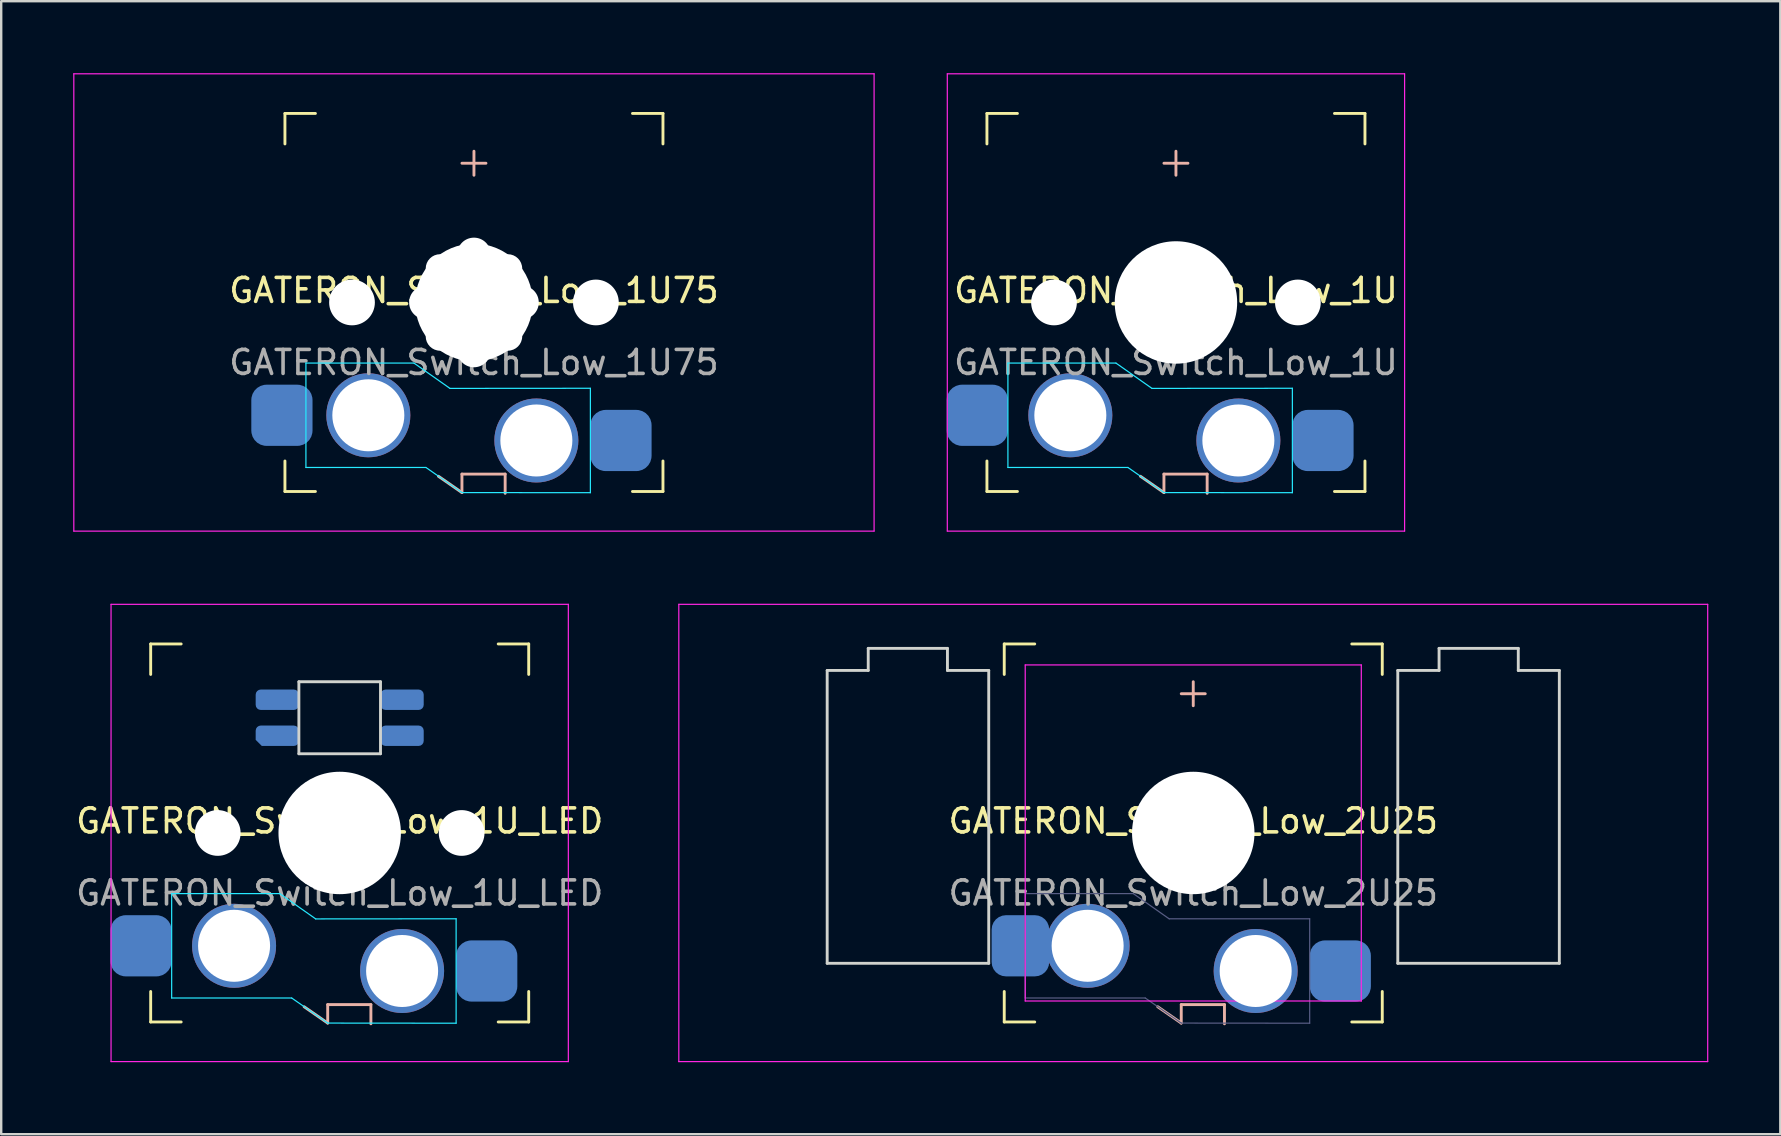
<source format=kicad_pcb>
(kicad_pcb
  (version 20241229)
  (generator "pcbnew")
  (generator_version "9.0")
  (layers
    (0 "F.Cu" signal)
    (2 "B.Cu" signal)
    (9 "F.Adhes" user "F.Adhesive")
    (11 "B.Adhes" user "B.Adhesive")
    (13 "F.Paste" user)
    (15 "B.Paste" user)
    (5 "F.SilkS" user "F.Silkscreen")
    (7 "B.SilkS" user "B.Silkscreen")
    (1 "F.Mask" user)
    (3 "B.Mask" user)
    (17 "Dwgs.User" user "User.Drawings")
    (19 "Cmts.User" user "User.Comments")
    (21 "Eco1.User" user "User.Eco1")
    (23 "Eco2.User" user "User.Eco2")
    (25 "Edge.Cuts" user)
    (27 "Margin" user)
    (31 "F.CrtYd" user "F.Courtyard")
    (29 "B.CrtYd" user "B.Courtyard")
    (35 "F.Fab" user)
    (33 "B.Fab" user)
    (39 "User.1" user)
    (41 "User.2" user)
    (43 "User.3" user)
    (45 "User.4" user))
  (footprint "GATERON_Switch_Low_1U_LED"
    (layer "F.Cu")
    (at 11.101 31.65)
    (property "Reference" "GATERON_Switch_Low_1U_LED" (at 0 -0.5 0) (unlocked yes) (layer "F.SilkS") (effects (font (size 1 1) (thickness 0.15))))
    (attr smd)
    (fp_line (start -7.874 -7.874) (end -6.604 -7.874) (stroke (width 0.12) (type default)) (layer "F.SilkS"))
    (fp_line (start -7.874 -6.604) (end -7.874 -7.874) (stroke (width 0.12) (type default)) (layer "F.SilkS"))
    (fp_line (start -7.874 6.604) (end -7.874 7.874) (stroke (width 0.12) (type default)) (layer "F.SilkS"))
    (fp_line (start -7.874 7.874) (end -6.604 7.874) (stroke (width 0.12) (type default)) (layer "F.SilkS"))
    (fp_line (start 7.874 -7.874) (end 6.604 -7.874) (stroke (width 0.12) (type default)) (layer "F.SilkS"))
    (fp_line (start 7.874 -6.604) (end 7.874 -7.874) (stroke (width 0.12) (type default)) (layer "F.SilkS"))
    (fp_line (start 7.874 6.604) (end 7.874 7.874) (stroke (width 0.12) (type default)) (layer "F.SilkS"))
    (fp_line (start 7.874 7.874) (end 6.604 7.874) (stroke (width 0.12) (type default)) (layer "F.SilkS"))
    (fp_line (start -1.48 7.24) (end -0.5 7.92) (stroke (width 0.12) (type default)) (layer "B.SilkS"))
    (fp_line (start -0.5 7.15) (end 1.3 7.15) (stroke (width 0.12) (type default)) (layer "B.SilkS"))
    (fp_line (start -0.5 7.92) (end -0.5 7.15) (stroke (width 0.12) (type default)) (layer "B.SilkS"))
    (fp_line (start 1.3 7.15) (end 1.3 7.95) (stroke (width 0.12) (type default)) (layer "B.SilkS"))
    (fp_line (start -1.7 -6.3) (end -1.7 -3.3) (stroke (width 0.12) (type default)) (layer "Edge.Cuts"))
    (fp_line (start -1.7 -6.3) (end 1.7 -6.3) (stroke (width 0.12) (type default)) (layer "Edge.Cuts"))
    (fp_line (start -1.7 -3.3) (end 1.7 -3.3) (stroke (width 0.12) (type default)) (layer "Edge.Cuts"))
    (fp_line (start 1.7 -6.3) (end 1.7 -3.3) (stroke (width 0.12) (type default)) (layer "Edge.Cuts"))
    (fp_line (start -7 2.525) (end -7 6.875) (stroke (width 0.05) (type default)) (layer "B.CrtYd"))
    (fp_line (start -7 2.525) (end -2.5 2.525) (stroke (width 0.05) (type default)) (layer "B.CrtYd"))
    (fp_line (start -7 6.875) (end -2 6.875) (stroke (width 0.05) (type default)) (layer "B.CrtYd"))
    (fp_line (start -2.5 2.525) (end -1 3.58) (stroke (width 0.05) (type default)) (layer "B.CrtYd"))
    (fp_line (start -2 6.875) (end -0.5 7.92) (stroke (width 0.05) (type default)) (layer "B.CrtYd"))
    (fp_line (start -1 3.58) (end 4.85 3.575) (stroke (width 0.05) (type default)) (layer "B.CrtYd"))
    (fp_line (start 4.85 3.575) (end 4.85 7.925) (stroke (width 0.05) (type default)) (layer "B.CrtYd"))
    (fp_line (start 4.85 7.925) (end -0.5 7.92) (stroke (width 0.05) (type default)) (layer "B.CrtYd"))
    (fp_line (start -9.525 -9.525) (end -9.525 9.525) (stroke (width 0.05) (type default)) (layer "F.CrtYd"))
    (fp_line (start -9.525 -9.525) (end 9.525 -9.525) (stroke (width 0.05) (type default)) (layer "F.CrtYd"))
    (fp_line (start -9.525 9.525) (end 9.525 9.525) (stroke (width 0.05) (type default)) (layer "F.CrtYd"))
    (fp_line (start 9.525 -9.525) (end 9.525 9.525) (stroke (width 0.05) (type default)) (layer "F.CrtYd"))
    (fp_text user "${REFERENCE}" (at 0 2.5 0) (unlocked yes) (layer "F.Fab") (effects (font (size 1 1) (thickness 0.15))))
    (pad "" np_thru_hole circle (at -5.08 0) (size 1.905 1.905) (drill 1.905) (layers "*.Cu" "*.Mask"))
    (pad "" np_thru_hole circle (at 0 0) (size 5.1 5.1) (drill 5.1) (layers "*.Cu" "*.Mask"))
    (pad "" np_thru_hole circle (at 5.08 0) (size 1.905 1.905) (drill 1.905) (layers "*.Cu" "*.Mask"))
    (pad "1" smd roundrect (at -8.275 4.7) (size 2.55 2.55) (layers "B.Cu" "B.Mask" "B.Paste") (roundrect_rratio 0.25))
    (pad "1" thru_hole circle (at -4.4 4.7) (size 3.5 3.5) (drill 3) (layers "*.Cu" "*.Mask"))
    (pad "2" thru_hole circle (at 2.6 5.75) (size 3.5 3.5) (drill 3) (layers "*.Cu" "*.Mask"))
    (pad "2" smd roundrect (at 6.125 5.75) (size 2.55 2.55) (layers "B.Cu" "B.Mask" "B.Paste") (roundrect_rratio 0.25))
    (pad "G" smd roundrect (at -2.6 -4.05) (size 1.8 0.85) (layers "B.Cu" "B.Mask" "B.Paste") (roundrect_rratio 0.25) (chamfer_ratio 0.3) (chamfer bottom_left))
    (pad "I" smd roundrect (at -2.6 -5.55) (size 1.8 0.85) (layers "B.Cu" "B.Mask" "B.Paste") (roundrect_rratio 0.25))
    (pad "O" smd roundrect (at 2.6 -4.05) (size 1.8 0.85) (layers "B.Cu" "B.Mask" "B.Paste") (roundrect_rratio 0.25))
    (pad "V" smd roundrect (at 2.6 -5.55) (size 1.8 0.85) (layers "B.Cu" "B.Mask" "B.Paste") (roundrect_rratio 0.25)))
  (footprint "GATERON_Switch_Low_1U"
    (layer "F.Cu")
    (at 45.938 9.55)
    (property "Reference" "GATERON_Switch_Low_1U" (at 0 -0.5 0) (unlocked yes) (layer "F.SilkS") (effects (font (size 1 1) (thickness 0.15))))
    (attr smd)
    (fp_line (start -7.874 -7.874) (end -6.604 -7.874) (stroke (width 0.12) (type default)) (layer "F.SilkS"))
    (fp_line (start -7.874 -6.604) (end -7.874 -7.874) (stroke (width 0.12) (type default)) (layer "F.SilkS"))
    (fp_line (start -7.874 6.604) (end -7.874 7.874) (stroke (width 0.12) (type default)) (layer "F.SilkS"))
    (fp_line (start -7.874 7.874) (end -6.604 7.874) (stroke (width 0.12) (type default)) (layer "F.SilkS"))
    (fp_line (start 7.874 -7.874) (end 6.604 -7.874) (stroke (width 0.12) (type default)) (layer "F.SilkS"))
    (fp_line (start 7.874 -6.604) (end 7.874 -7.874) (stroke (width 0.12) (type default)) (layer "F.SilkS"))
    (fp_line (start 7.874 6.604) (end 7.874 7.874) (stroke (width 0.12) (type default)) (layer "F.SilkS"))
    (fp_line (start 7.874 7.874) (end 6.604 7.874) (stroke (width 0.12) (type default)) (layer "F.SilkS"))
    (fp_line (start -1.48 7.24) (end -0.5 7.92) (stroke (width 0.12) (type default)) (layer "B.SilkS"))
    (fp_line (start -0.5 -5.8) (end 0.5 -5.8) (stroke (width 0.12) (type default)) (layer "B.SilkS"))
    (fp_line (start -0.5 7.15) (end 1.3 7.15) (stroke (width 0.12) (type default)) (layer "B.SilkS"))
    (fp_line (start -0.5 7.92) (end -0.5 7.15) (stroke (width 0.12) (type default)) (layer "B.SilkS"))
    (fp_line (start 0 -6.3) (end 0 -5.3) (stroke (width 0.12) (type default)) (layer "B.SilkS"))
    (fp_line (start 1.3 7.15) (end 1.3 7.95) (stroke (width 0.12) (type default)) (layer "B.SilkS"))
    (fp_line (start -7 2.525) (end -7 6.875) (stroke (width 0.05) (type default)) (layer "B.CrtYd"))
    (fp_line (start -7 2.525) (end -2.5 2.525) (stroke (width 0.05) (type default)) (layer "B.CrtYd"))
    (fp_line (start -7 6.875) (end -2 6.875) (stroke (width 0.05) (type default)) (layer "B.CrtYd"))
    (fp_line (start -2.5 2.525) (end -1 3.58) (stroke (width 0.05) (type default)) (layer "B.CrtYd"))
    (fp_line (start -2 6.875) (end -0.5 7.92) (stroke (width 0.05) (type default)) (layer "B.CrtYd"))
    (fp_line (start -1 3.58) (end 4.85 3.575) (stroke (width 0.05) (type default)) (layer "B.CrtYd"))
    (fp_line (start 4.85 3.575) (end 4.85 7.925) (stroke (width 0.05) (type default)) (layer "B.CrtYd"))
    (fp_line (start 4.85 7.925) (end -0.5 7.92) (stroke (width 0.05) (type default)) (layer "B.CrtYd"))
    (fp_line (start -9.525 -9.525) (end -9.525 9.525) (stroke (width 0.05) (type default)) (layer "F.CrtYd"))
    (fp_line (start -9.525 -9.525) (end 9.525 -9.525) (stroke (width 0.05) (type default)) (layer "F.CrtYd"))
    (fp_line (start -9.525 9.525) (end 9.525 9.525) (stroke (width 0.05) (type default)) (layer "F.CrtYd"))
    (fp_line (start 9.525 -9.525) (end 9.525 9.525) (stroke (width 0.05) (type default)) (layer "F.CrtYd"))
    (fp_text user "${REFERENCE}" (at 0 2.5 0) (unlocked yes) (layer "F.Fab") (effects (font (size 1 1) (thickness 0.15))))
    (pad "" np_thru_hole circle (at -5.08 0) (size 1.905 1.905) (drill 1.905) (layers "*.Cu" "*.Mask"))
    (pad "" np_thru_hole circle (at 0 0) (size 5.1 5.1) (drill 5.1) (layers "*.Cu" "*.Mask"))
    (pad "" np_thru_hole circle (at 5.08 0) (size 1.905 1.905) (drill 1.905) (layers "*.Cu" "*.Mask"))
    (pad "1" smd roundrect (at -8.275 4.7) (size 2.55 2.55) (layers "B.Cu" "B.Mask" "B.Paste") (roundrect_rratio 0.25))
    (pad "1" thru_hole circle (at -4.4 4.7) (size 3.5 3.5) (drill 3) (layers "*.Cu" "*.Mask"))
    (pad "2" thru_hole circle (at 2.6 5.75) (size 3.5 3.5) (drill 3) (layers "*.Cu" "*.Mask"))
    (pad "2" smd roundrect (at 6.125 5.75) (size 2.55 2.55) (layers "B.Cu" "B.Mask" "B.Paste") (roundrect_rratio 0.25)))
  (footprint "GATERON_Switch_Low_2U25"
    (layer "F.Cu")
    (at 46.659 31.65)
    (property "Reference" "GATERON_Switch_Low_2U25" (at 0 -0.5 0) (unlocked yes) (layer "F.SilkS") (effects (font (size 1 1) (thickness 0.15))))
    (attr smd)
    (fp_line (start -7.874 -7.874) (end -6.604 -7.874) (stroke (width 0.12) (type default)) (layer "F.SilkS"))
    (fp_line (start -7.874 -6.604) (end -7.874 -7.874) (stroke (width 0.12) (type default)) (layer "F.SilkS"))
    (fp_line (start -7.874 6.604) (end -7.874 7.874) (stroke (width 0.12) (type default)) (layer "F.SilkS"))
    (fp_line (start -7.874 7.874) (end -6.604 7.874) (stroke (width 0.12) (type default)) (layer "F.SilkS"))
    (fp_line (start 7.874 -7.874) (end 6.604 -7.874) (stroke (width 0.12) (type default)) (layer "F.SilkS"))
    (fp_line (start 7.874 -6.604) (end 7.874 -7.874) (stroke (width 0.12) (type default)) (layer "F.SilkS"))
    (fp_line (start 7.874 6.604) (end 7.874 7.874) (stroke (width 0.12) (type default)) (layer "F.SilkS"))
    (fp_line (start 7.874 7.874) (end 6.604 7.874) (stroke (width 0.12) (type default)) (layer "F.SilkS"))
    (fp_line (start -1.48 7.24) (end -0.5 7.92) (stroke (width 0.12) (type default)) (layer "B.SilkS"))
    (fp_line (start -0.5 -5.8) (end 0.5 -5.8) (stroke (width 0.12) (type default)) (layer "B.SilkS"))
    (fp_line (start -0.5 7.15) (end 1.3 7.15) (stroke (width 0.12) (type default)) (layer "B.SilkS"))
    (fp_line (start -0.5 7.92) (end -0.5 7.15) (stroke (width 0.12) (type default)) (layer "B.SilkS"))
    (fp_line (start 0 -6.3) (end 0 -5.3) (stroke (width 0.12) (type default)) (layer "B.SilkS"))
    (fp_line (start 1.3 7.15) (end 1.3 7.95) (stroke (width 0.12) (type default)) (layer "B.SilkS"))
    (fp_line (start -15.25 -6.77) (end -13.54 -6.77) (stroke (width 0.12) (type default)) (layer "Edge.Cuts"))
    (fp_line (start -15.25 5.43) (end -15.25 -6.77) (stroke (width 0.12) (type default)) (layer "Edge.Cuts"))
    (fp_line (start -13.54 -7.69) (end -10.24 -7.69) (stroke (width 0.12) (type default)) (layer "Edge.Cuts"))
    (fp_line (start -13.54 -6.77) (end -13.54 -7.69) (stroke (width 0.12) (type default)) (layer "Edge.Cuts"))
    (fp_line (start -10.24 -7.69) (end -10.24 -6.77) (stroke (width 0.12) (type default)) (layer "Edge.Cuts"))
    (fp_line (start -10.24 -6.77) (end -8.52 -6.77) (stroke (width 0.12) (type default)) (layer "Edge.Cuts"))
    (fp_line (start -8.52 -6.77) (end -8.52 5.43) (stroke (width 0.12) (type default)) (layer "Edge.Cuts"))
    (fp_line (start -8.52 5.43) (end -15.25 5.43) (stroke (width 0.12) (type default)) (layer "Edge.Cuts"))
    (fp_line (start 8.52 -6.77) (end 10.24 -6.77) (stroke (width 0.12) (type default)) (layer "Edge.Cuts"))
    (fp_line (start 8.52 5.43) (end 8.52 -6.77) (stroke (width 0.12) (type default)) (layer "Edge.Cuts"))
    (fp_line (start 8.52 5.43) (end 15.25 5.43) (stroke (width 0.12) (type default)) (layer "Edge.Cuts"))
    (fp_line (start 10.24 -7.69) (end 13.54 -7.69) (stroke (width 0.12) (type default)) (layer "Edge.Cuts"))
    (fp_line (start 10.24 -6.77) (end 10.24 -7.69) (stroke (width 0.12) (type default)) (layer "Edge.Cuts"))
    (fp_line (start 13.54 -7.69) (end 13.54 -6.77) (stroke (width 0.12) (type default)) (layer "Edge.Cuts"))
    (fp_line (start 15.25 -6.77) (end 13.54 -6.77) (stroke (width 0.12) (type default)) (layer "Edge.Cuts"))
    (fp_line (start 15.25 5.43) (end 15.25 -6.77) (stroke (width 0.12) (type default)) (layer "Edge.Cuts"))
    (fp_line (start -21.431 -9.525) (end -21.431 9.525) (stroke (width 0.05) (type default)) (layer "F.CrtYd"))
    (fp_line (start -21.431 -9.525) (end 21.431 -9.525) (stroke (width 0.05) (type default)) (layer "F.CrtYd"))
    (fp_line (start -21.431 9.525) (end 21.431 9.525) (stroke (width 0.05) (type default)) (layer "F.CrtYd"))
    (fp_line (start -7 -7) (end -7 7) (stroke (width 0.05) (type default)) (layer "F.CrtYd"))
    (fp_line (start -7 -7) (end 7 -7) (stroke (width 0.05) (type default)) (layer "F.CrtYd"))
    (fp_line (start -7 7) (end 7 7) (stroke (width 0.05) (type default)) (layer "F.CrtYd"))
    (fp_line (start 7 -7) (end 7 7) (stroke (width 0.05) (type default)) (layer "F.CrtYd"))
    (fp_line (start 21.431 -9.525) (end 21.431 9.525) (stroke (width 0.05) (type default)) (layer "F.CrtYd"))
    (fp_line (start -7 2.525) (end -7 6.875) (stroke (width 0.05) (type default)) (layer "B.Fab"))
    (fp_line (start -7 2.525) (end -2.5 2.525) (stroke (width 0.05) (type default)) (layer "B.Fab"))
    (fp_line (start -7 6.875) (end -2 6.875) (stroke (width 0.05) (type default)) (layer "B.Fab"))
    (fp_line (start -2.5 2.525) (end -1 3.58) (stroke (width 0.05) (type default)) (layer "B.Fab"))
    (fp_line (start -2 6.875) (end -0.5 7.92) (stroke (width 0.05) (type default)) (layer "B.Fab"))
    (fp_line (start -1 3.575) (end 4.85 3.575) (stroke (width 0.05) (type default)) (layer "B.Fab"))
    (fp_line (start 4.85 3.575) (end 4.85 7.925) (stroke (width 0.05) (type default)) (layer "B.Fab"))
    (fp_line (start 4.85 7.925) (end -0.5 7.92) (stroke (width 0.05) (type default)) (layer "B.Fab"))
    (fp_text user "${REFERENCE}" (at 0 2.5 0) (unlocked yes) (layer "F.Fab") (effects (font (size 1 1) (thickness 0.15))))
    (pad "" np_thru_hole circle (at 0 0) (size 5.1 5.1) (drill 5.1) (layers "*.Cu" "*.Mask"))
    (pad "1" smd roundrect (at -7.2 4.7) (size 2.4 2.55) (layers "B.Cu" "B.Mask" "B.Paste") (roundrect_rratio 0.25))
    (pad "1" thru_hole circle (at -4.4 4.7) (size 3.5 3.5) (drill 3) (layers "*.Cu" "*.Mask"))
    (pad "2" thru_hole circle (at 2.6 5.75) (size 3.5 3.5) (drill 3) (layers "*.Cu" "*.Mask"))
    (pad "2" smd roundrect (at 6.125 5.75) (size 2.55 2.55) (layers "B.Cu" "B.Mask" "B.Paste") (roundrect_rratio 0.25)))
  (footprint "GATERON_Switch_Low_1U75"
    (layer "F.Cu")
    (at 16.694 9.55)
    (property "Reference" "GATERON_Switch_Low_1U75" (at 0 -0.5 0) (unlocked yes) (layer "F.SilkS") (effects (font (size 1 1) (thickness 0.15))))
    (attr smd)
    (fp_line (start -7.874 -7.874) (end -6.604 -7.874) (stroke (width 0.12) (type default)) (layer "F.SilkS"))
    (fp_line (start -7.874 -6.604) (end -7.874 -7.874) (stroke (width 0.12) (type default)) (layer "F.SilkS"))
    (fp_line (start -7.874 6.604) (end -7.874 7.874) (stroke (width 0.12) (type default)) (layer "F.SilkS"))
    (fp_line (start -7.874 7.874) (end -6.604 7.874) (stroke (width 0.12) (type default)) (layer "F.SilkS"))
    (fp_line (start 7.874 -7.874) (end 6.604 -7.874) (stroke (width 0.12) (type default)) (layer "F.SilkS"))
    (fp_line (start 7.874 -6.604) (end 7.874 -7.874) (stroke (width 0.12) (type default)) (layer "F.SilkS"))
    (fp_line (start 7.874 6.604) (end 7.874 7.874) (stroke (width 0.12) (type default)) (layer "F.SilkS"))
    (fp_line (start 7.874 7.874) (end 6.604 7.874) (stroke (width 0.12) (type default)) (layer "F.SilkS"))
    (fp_line (start -1.48 7.24) (end -0.5 7.92) (stroke (width 0.12) (type default)) (layer "B.SilkS"))
    (fp_line (start -0.5 -5.8) (end 0.5 -5.8) (stroke (width 0.12) (type default)) (layer "B.SilkS"))
    (fp_line (start -0.5 7.15) (end 1.3 7.15) (stroke (width 0.12) (type default)) (layer "B.SilkS"))
    (fp_line (start -0.5 7.92) (end -0.5 7.15) (stroke (width 0.12) (type default)) (layer "B.SilkS"))
    (fp_line (start 0 -6.3) (end 0 -5.3) (stroke (width 0.12) (type default)) (layer "B.SilkS"))
    (fp_line (start 1.3 7.15) (end 1.3 7.95) (stroke (width 0.12) (type default)) (layer "B.SilkS"))
    (fp_line (start -7 2.525) (end -7 6.875) (stroke (width 0.05) (type default)) (layer "B.CrtYd"))
    (fp_line (start -7 2.525) (end -2.5 2.525) (stroke (width 0.05) (type default)) (layer "B.CrtYd"))
    (fp_line (start -7 6.875) (end -2 6.875) (stroke (width 0.05) (type default)) (layer "B.CrtYd"))
    (fp_line (start -2.5 2.525) (end -1 3.58) (stroke (width 0.05) (type default)) (layer "B.CrtYd"))
    (fp_line (start -2 6.875) (end -0.5 7.92) (stroke (width 0.05) (type default)) (layer "B.CrtYd"))
    (fp_line (start -1 3.58) (end 4.85 3.575) (stroke (width 0.05) (type default)) (layer "B.CrtYd"))
    (fp_line (start 4.85 3.575) (end 4.85 7.925) (stroke (width 0.05) (type default)) (layer "B.CrtYd"))
    (fp_line (start 4.85 7.925) (end -0.5 7.92) (stroke (width 0.05) (type default)) (layer "B.CrtYd"))
    (fp_line (start -16.669 -9.525) (end -16.669 9.525) (stroke (width 0.05) (type default)) (layer "F.CrtYd"))
    (fp_line (start -16.669 -9.525) (end 16.669 -9.525) (stroke (width 0.05) (type default)) (layer "F.CrtYd"))
    (fp_line (start -16.669 9.525) (end 16.669 9.525) (stroke (width 0.05) (type default)) (layer "F.CrtYd"))
    (fp_line (start 16.669 -9.525) (end 16.669 9.525) (stroke (width 0.05) (type default)) (layer "F.CrtYd"))
    (fp_text user "${REFERENCE}" (at 0 2.5 0) (unlocked yes) (layer "F.Fab") (effects (font (size 1 1) (thickness 0.15))))
    (pad "" np_thru_hole circle (at -5.08 0) (size 1.905 1.905) (drill 1.905) (layers "*.Cu" "*.Mask"))
    (pad "" np_thru_hole circle (at -2 0) (size 1.4 1.4) (drill 1.4) (layers "*.Cu" "*.Mask"))
    (pad "" np_thru_hole circle (at -1.41 -1.41) (size 1.2 1.2) (drill 1.2) (layers "*.Cu" "*.Mask"))
    (pad "" np_thru_hole circle (at -1.41 1.41) (size 1.2 1.2) (drill 1.2) (layers "*.Cu" "*.Mask"))
    (pad "" np_thru_hole circle (at 0 -2) (size 1.4 1.4) (drill 1.4) (layers "*.Cu" "*.Mask"))
    (pad "" np_thru_hole circle (at 0 0) (size 4.9 4.9) (drill 4.9) (layers "*.Cu" "*.Mask"))
    (pad "" np_thru_hole circle (at 0 2) (size 1.4 1.4) (drill 1.4) (layers "*.Cu" "*.Mask"))
    (pad "" np_thru_hole circle (at 1.41 -1.41) (size 1.2 1.2) (drill 1.2) (layers "*.Cu" "*.Mask"))
    (pad "" np_thru_hole circle (at 1.41 1.41) (size 1.2 1.2) (drill 1.2) (layers "*.Cu" "*.Mask"))
    (pad "" np_thru_hole circle (at 2 0) (size 1.4 1.4) (drill 1.4) (layers "*.Cu" "*.Mask"))
    (pad "" np_thru_hole circle (at 5.08 0) (size 1.905 1.905) (drill 1.905) (layers "*.Cu" "*.Mask"))
    (pad "1" smd roundrect (at -8 4.7) (size 2.55 2.55) (layers "B.Cu" "B.Mask" "B.Paste") (roundrect_rratio 0.25))
    (pad "1" thru_hole circle (at -4.4 4.7) (size 3.5 3.5) (drill 3) (layers "*.Cu" "*.Mask"))
    (pad "2" thru_hole circle (at 2.6 5.75) (size 3.5 3.5) (drill 3) (layers "*.Cu" "*.Mask"))
    (pad "2" smd roundrect (at 6.125 5.75) (size 2.55 2.55) (layers "B.Cu" "B.Mask" "B.Paste") (roundrect_rratio 0.25)))
  (gr_rect
    (start -3 -3)
    (end 71.115 44.2)
    (stroke (width 0.1) (type default))
    (fill no)
    (layer "Edge.Cuts")))
</source>
